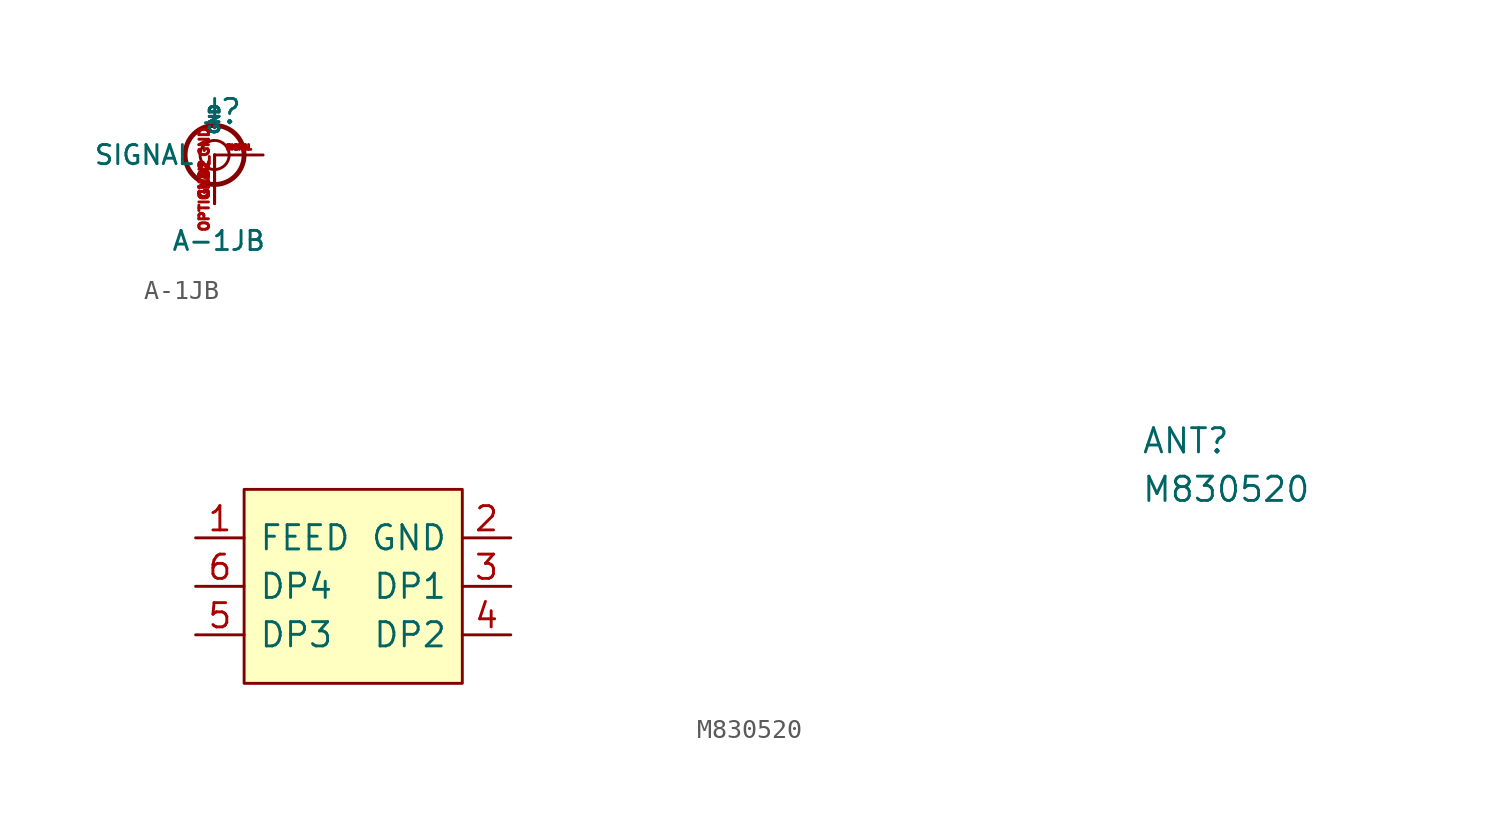
<source format=kicad_sym>
(kicad_symbol_lib
  (version 20211014)
  (generator kicad_symbol_editor)
  (symbol "A-1JB"
    (pin_names
      (offset 1.016))
    (property "Reference" "J"
      (at -0.762 1.524 0)
      (effects (font (size 1.27 1.27)) (justify left bottom)))
    (property "Value" "A-1JB"
      (at -2.286 -5.08 0)
      (effects (font (size 1 1)) (justify left bottom)))
    (symbol "A-1JB_0_0"
      (circle (center 0 0) (radius 0.762) (stroke (width 0) (type default) (color 0 0 0 0)) (fill (type none)))
      (circle (center 0 0) (radius 1.545) (stroke (width 0.254) (type default) (color 0 0 0 0)) (fill (type none)))
      (pin power_in line (at 0 -2.54 90) (length 2.54) (name "GND" (effects (font (size 0.5 0.5)))) (number "GND1" (effects (font (size 0.5 0.5)))))
      (pin power_in line (at 0 -2.54 90) (length 2.54) (name "GND" (effects (font (size 0.5 0.5)))) (number "GND2" (effects (font (size 0.5 0.5)))))
      (pin power_in line (at 0 -2.54 90) (length 2.54) (name "GND" (effects (font (size 0.5 0.5)))) (number "OPTIONAL_GND" (effects (font (size 0.5 0.5)))))
      (pin output line (at 2.54 0 180) (length 2.54) (name "SIGNAL" (effects (font (size 1 1)))) (number "SIGNAL" (effects (font (size 0.254 0.254)))))))
  (symbol "M830520"
    (pin_names
      (offset 0.762))
    (property "Reference" "ANT"
      (at 41.91 7.62 0)
      (effects (font (size 1.27 1.27)) (justify left)))
    (property "Value" "M830520"
      (at 41.91 5.08 0)
      (effects (font (size 1.27 1.27)) (justify left)))
    (symbol "M830520_0_0"
      (pin input line (at -7.62 2.54 0) (length 2.54) (name "FEED" (effects (font (size 1.27 1.27)))) (number "1" (effects (font (size 1.27 1.27)))))
      (pin passive line (at 8.89 2.54 180) (length 2.54) (name "GND" (effects (font (size 1.27 1.27)))) (number "2" (effects (font (size 1.27 1.27)))))
      (pin passive line (at 8.89 0 180) (length 2.54) (name "DP1" (effects (font (size 1.27 1.27)))) (number "3" (effects (font (size 1.27 1.27)))))
      (pin passive line (at 8.89 -2.54 180) (length 2.54) (name "DP2" (effects (font (size 1.27 1.27)))) (number "4" (effects (font (size 1.27 1.27)))))
      (pin passive line (at -7.62 -2.54 0) (length 2.54) (name "DP3" (effects (font (size 1.27 1.27)))) (number "5" (effects (font (size 1.27 1.27)))))
      (pin passive line (at -7.62 0 0) (length 2.54) (name "DP4" (effects (font (size 1.27 1.27)))) (number "6" (effects (font (size 1.27 1.27))))))
    (symbol "M830520_0_1"
      (polyline (pts (xy -5.08 5.08) (xy 6.35 5.08) (xy 6.35 -5.08) (xy -5.08 -5.08) (xy -5.08 5.08)) (stroke (width 0.152) (type default) (color 0 0 0 0)) (fill (type background))))))
</source>
